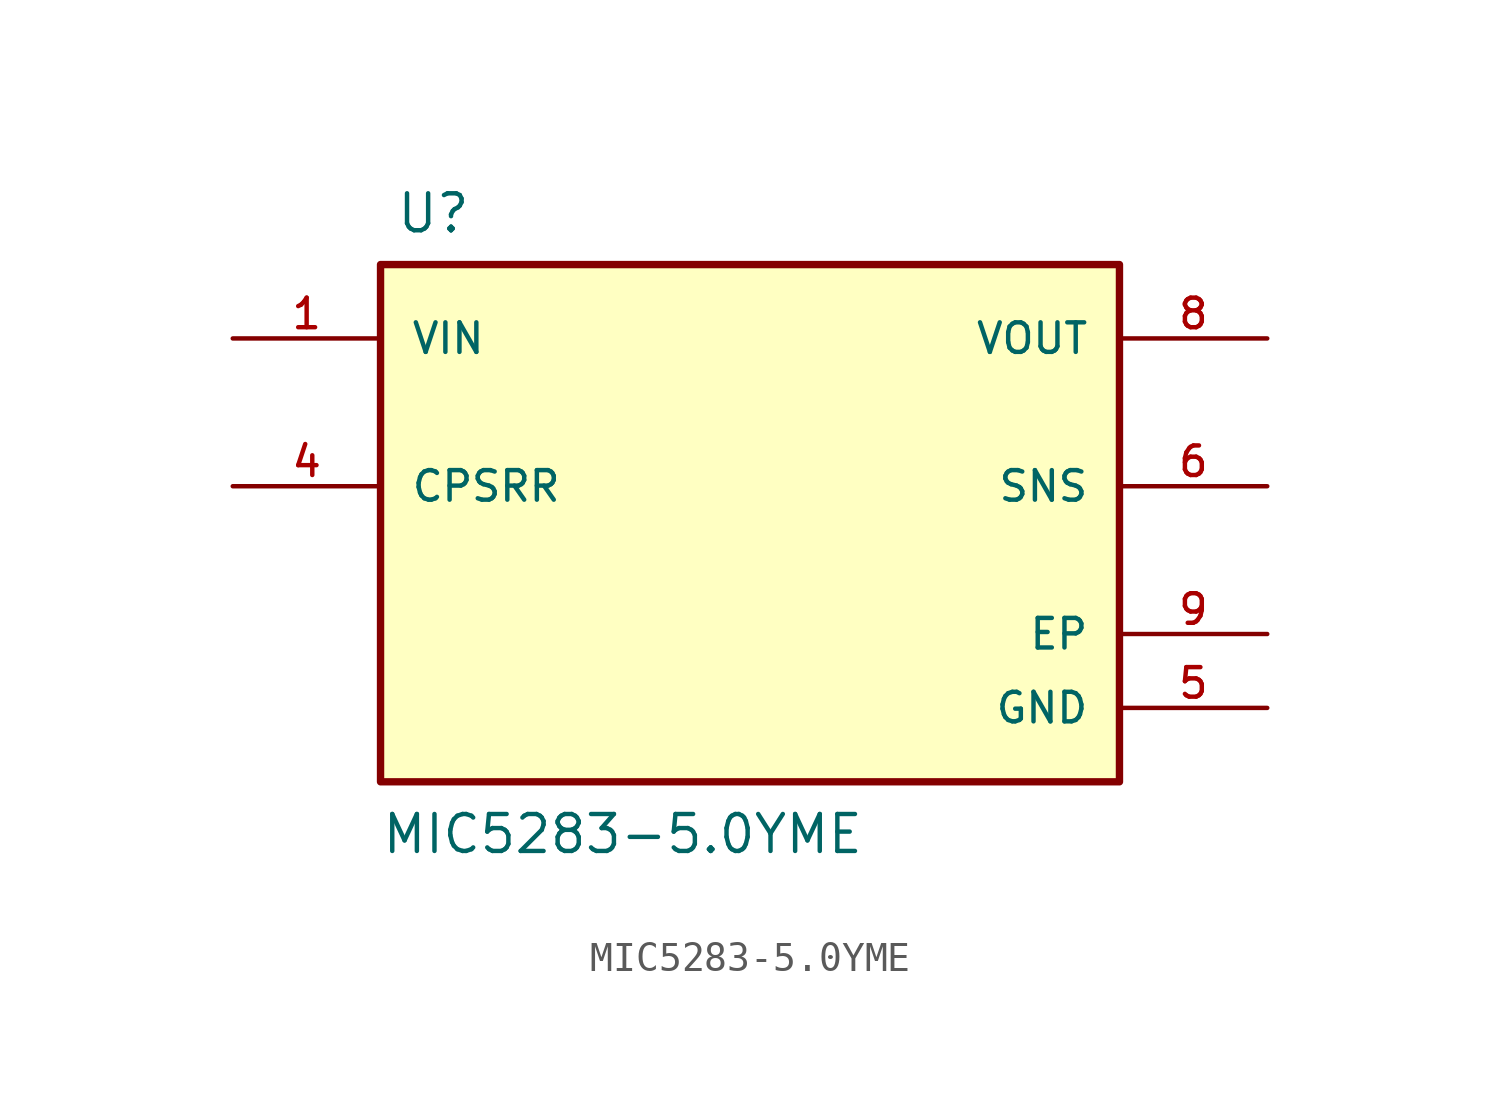
<source format=kicad_sym>
(kicad_symbol_lib
  (version 20211014)
  (generator kicad_symbol_editor)
  (symbol "MIC5283-5.0YME"
    (pin_names
      (offset 1.016))
    (property "Reference" "U"
      (at -12.192 8.636 0)
      (effects (font (size 1.27 1.27)) (justify bottom left)))
    (property "Value" "MIC5283-5.0YME"
      (at -12.7 -12.7 0)
      (effects (font (size 1.27 1.27)) (justify bottom left)))
    (symbol "MIC5283-5.0YME_0_0"
      (rectangle (start -12.7 -10.16) (end 12.7 7.62) (stroke (width 0.254)) (fill (type background)))
      (pin input line (at -17.78 5.08 0) (length 5.08) (name "VIN" (effects (font (size 1.016 1.016)))) (number "1" (effects (font (size 1.016 1.016)))))
      (pin bidirectional line (at -17.78 0.0 0) (length 5.08) (name "CPSRR" (effects (font (size 1.016 1.016)))) (number "4" (effects (font (size 1.016 1.016)))))
      (pin power_in line (at 17.78 -7.62 180.0) (length 5.08) (name "GND" (effects (font (size 1.016 1.016)))) (number "5" (effects (font (size 1.016 1.016)))))
      (pin input line (at 17.78 0.0 180.0) (length 5.08) (name "SNS" (effects (font (size 1.016 1.016)))) (number "6" (effects (font (size 1.016 1.016)))))
      (pin output line (at 17.78 5.08 180.0) (length 5.08) (name "VOUT" (effects (font (size 1.016 1.016)))) (number "8" (effects (font (size 1.016 1.016)))))
      (pin power_in line (at 17.78 -5.08 180.0) (length 5.08) (name "EP" (effects (font (size 1.016 1.016)))) (number "9" (effects (font (size 1.016 1.016))))))))
</source>
